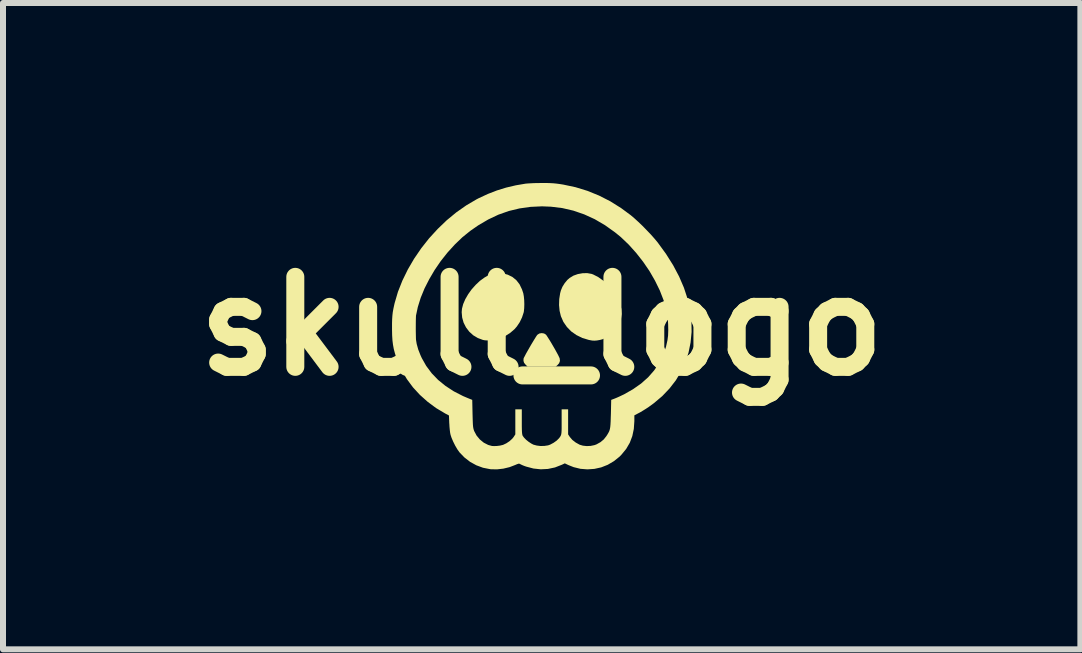
<source format=kicad_pcb>
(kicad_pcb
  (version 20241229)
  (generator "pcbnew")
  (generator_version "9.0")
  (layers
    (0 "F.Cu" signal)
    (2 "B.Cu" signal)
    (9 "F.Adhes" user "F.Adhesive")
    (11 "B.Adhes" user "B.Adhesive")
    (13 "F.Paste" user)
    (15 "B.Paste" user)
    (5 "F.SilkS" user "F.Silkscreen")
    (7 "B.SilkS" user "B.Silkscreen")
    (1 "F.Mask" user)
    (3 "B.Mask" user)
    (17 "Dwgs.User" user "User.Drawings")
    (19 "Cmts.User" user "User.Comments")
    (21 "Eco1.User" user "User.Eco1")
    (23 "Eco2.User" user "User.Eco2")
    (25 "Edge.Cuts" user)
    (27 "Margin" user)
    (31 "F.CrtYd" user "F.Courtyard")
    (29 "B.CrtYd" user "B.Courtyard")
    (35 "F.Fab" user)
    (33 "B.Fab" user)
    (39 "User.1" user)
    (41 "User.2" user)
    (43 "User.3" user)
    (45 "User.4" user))
  (footprint "skull_logo"
    (layer "F.Cu")
    (at 5.979 2.386)
    (property "Reference" "skull_logo" (at 0 0 0) (layer "F.SilkS") (effects (font (size 1.5 1.5) (thickness 0.3))))
    (attr board_only exclude_from_pos_files exclude_from_bom)
    (fp_poly (pts (xy 0.039 0.122) (xy 0.07 0.141) (xy 0.083 0.158) (xy 0.103 0.189) (xy 0.129 0.23) (xy 0.159 0.279) (xy 0.189 0.331) (xy 0.22 0.384) (xy 0.248 0.435) (xy 0.272 0.479) (xy 0.289 0.514) (xy 0.299 0.536) (xy 0.299 0.537) (xy 0.304 0.58) (xy 0.29 0.618) (xy 0.262 0.65) (xy 0.233 0.674) (xy -0.002 0.674) (xy -0.236 0.674) (xy -0.27 0.641) (xy -0.294 0.611) (xy -0.304 0.579) (xy -0.303 0.543) (xy -0.298 0.528) (xy -0.283 0.5) (xy -0.263 0.461) (xy -0.237 0.415) (xy -0.208 0.364) (xy -0.178 0.312) (xy -0.148 0.262) (xy -0.12 0.216) (xy -0.097 0.179) (xy -0.079 0.152) (xy -0.069 0.141) (xy -0.038 0.122) (xy 0.000242 0.116)) (stroke (width 0) (type solid)) (fill yes) (layer "F.SilkS"))
    (fp_poly (pts (xy -0.656 -0.881) (xy -0.567 -0.858) (xy -0.489 -0.82) (xy -0.424 -0.767) (xy -0.37 -0.698) (xy -0.329 -0.613) (xy -0.307 -0.547) (xy -0.298 -0.496) (xy -0.292 -0.433) (xy -0.29 -0.365) (xy -0.292 -0.299) (xy -0.298 -0.242) (xy -0.302 -0.225) (xy -0.328 -0.146) (xy -0.366 -0.067) (xy -0.414 0.005) (xy -0.454 0.051) (xy -0.525 0.112) (xy -0.605 0.163) (xy -0.691 0.202) (xy -0.779 0.228) (xy -0.865 0.24) (xy -0.946 0.236) (xy -0.979 0.23) (xy -1.065 0.198) (xy -1.142 0.152) (xy -1.208 0.092) (xy -1.262 0.021) (xy -1.302 -0.058) (xy -1.326 -0.143) (xy -1.334 -0.232) (xy -1.329 -0.291) (xy -1.309 -0.368) (xy -1.274 -0.449) (xy -1.226 -0.532) (xy -1.168 -0.613) (xy -1.101 -0.688) (xy -1.03 -0.755) (xy -0.956 -0.809) (xy -0.904 -0.839) (xy -0.835 -0.868) (xy -0.772 -0.883) (xy -0.708 -0.886)) (stroke (width 0) (type solid)) (fill yes) (layer "F.SilkS"))
    (fp_poly (pts (xy 0.831 -0.871) (xy 0.858 -0.861) (xy 0.942 -0.818) (xy 1.025 -0.759) (xy 1.105 -0.687) (xy 1.176 -0.606) (xy 1.237 -0.52) (xy 1.265 -0.47) (xy 1.305 -0.375) (xy 1.328 -0.286) (xy 1.333 -0.202) (xy 1.321 -0.119) (xy 1.291 -0.035) (xy 1.284 -0.021) (xy 1.234 0.06) (xy 1.171 0.127) (xy 1.098 0.18) (xy 1.015 0.218) (xy 0.97 0.23) (xy 0.92 0.239) (xy 0.879 0.242) (xy 0.84 0.24) (xy 0.792 0.231) (xy 0.786 0.23) (xy 0.677 0.197) (xy 0.579 0.149) (xy 0.492 0.088) (xy 0.42 0.014) (xy 0.361 -0.071) (xy 0.319 -0.167) (xy 0.319 -0.168) (xy 0.298 -0.255) (xy 0.289 -0.351) (xy 0.292 -0.451) (xy 0.307 -0.548) (xy 0.32 -0.596) (xy 0.345 -0.656) (xy 0.383 -0.717) (xy 0.428 -0.771) (xy 0.465 -0.803) (xy 0.529 -0.842) (xy 0.602 -0.868) (xy 0.681 -0.882) (xy 0.758 -0.884)) (stroke (width 0) (type solid)) (fill yes) (layer "F.SilkS"))
    (fp_poly (pts (xy 0.08 -2.386) (xy 0.142 -2.384) (xy 0.195 -2.381) (xy 0.245 -2.376) (xy 0.298 -2.369) (xy 0.356 -2.36) (xy 0.563 -2.316) (xy 0.762 -2.255) (xy 0.954 -2.177) (xy 1.141 -2.082) (xy 1.323 -1.968) (xy 1.484 -1.849) (xy 1.543 -1.799) (xy 1.61 -1.738) (xy 1.681 -1.67) (xy 1.752 -1.597) (xy 1.821 -1.525) (xy 1.881 -1.457) (xy 1.931 -1.397) (xy 1.932 -1.396) (xy 2.071 -1.205) (xy 2.19 -1.016) (xy 2.29 -0.827) (xy 2.37 -0.641) (xy 2.431 -0.455) (xy 2.473 -0.271) (xy 2.495 -0.088) (xy 2.498 0.093) (xy 2.498 0.098) (xy 2.481 0.273) (xy 2.447 0.441) (xy 2.394 0.603) (xy 2.323 0.756) (xy 2.236 0.902) (xy 2.131 1.038) (xy 2.01 1.165) (xy 1.872 1.282) (xy 1.783 1.347) (xy 1.736 1.378) (xy 1.686 1.409) (xy 1.641 1.436) (xy 1.614 1.45) (xy 1.544 1.487) (xy 1.544 1.583) (xy 1.535 1.713) (xy 1.51 1.832) (xy 1.468 1.943) (xy 1.408 2.046) (xy 1.331 2.14) (xy 1.296 2.176) (xy 1.202 2.251) (xy 1.1 2.311) (xy 0.991 2.354) (xy 0.878 2.379) (xy 0.762 2.387) (xy 0.646 2.378) (xy 0.532 2.35) (xy 0.444 2.315) (xy 0.385 2.287) (xy 0.336 2.31) (xy 0.221 2.355) (xy 0.103 2.38) (xy -0.017 2.386) (xy -0.138 2.373) (xy -0.259 2.341) (xy -0.293 2.329) (xy -0.327 2.315) (xy -0.354 2.302) (xy -0.368 2.294) (xy -0.384 2.292) (xy -0.412 2.301) (xy -0.442 2.314) (xy -0.536 2.35) (xy -0.64 2.375) (xy -0.746 2.387) (xy -0.848 2.385) (xy -0.863 2.383) (xy -0.979 2.36) (xy -1.09 2.319) (xy -1.195 2.261) (xy -1.289 2.188) (xy -1.369 2.105) (xy -1.405 2.055) (xy -1.442 1.992) (xy -1.476 1.924) (xy -1.504 1.858) (xy -1.519 1.812) (xy -1.526 1.78) (xy -1.532 1.733) (xy -1.537 1.68) (xy -1.54 1.625) (xy -1.541 1.621) (xy -1.546 1.489) (xy -1.61 1.455) (xy -1.761 1.365) (xy -1.901 1.261) (xy -2.03 1.146) (xy -2.146 1.02) (xy -2.246 0.885) (xy -2.331 0.743) (xy -2.399 0.594) (xy -2.422 0.532) (xy -2.447 0.452) (xy -2.466 0.38) (xy -2.479 0.309) (xy -2.488 0.236) (xy -2.493 0.154) (xy -2.495 0.059) (xy -2.495 0.048) (xy -2.109 0.048) (xy -2.108 0.088) (xy -2.1 0.198) (xy -2.084 0.296) (xy -2.058 0.39) (xy -2.02 0.486) (xy -1.999 0.532) (xy -1.925 0.663) (xy -1.834 0.785) (xy -1.727 0.896) (xy -1.604 0.996) (xy -1.466 1.086) (xy -1.312 1.165) (xy -1.237 1.197) (xy -1.158 1.229) (xy -1.153 1.462) (xy -1.151 1.537) (xy -1.149 1.596) (xy -1.147 1.641) (xy -1.144 1.675) (xy -1.14 1.7) (xy -1.135 1.721) (xy -1.129 1.739) (xy -1.127 1.746) (xy -1.086 1.823) (xy -1.031 1.889) (xy -0.966 1.942) (xy -0.892 1.98) (xy -0.83 1.997) (xy -0.793 1.999) (xy -0.746 1.997) (xy -0.696 1.991) (xy -0.654 1.981) (xy -0.645 1.979) (xy -0.59 1.953) (xy -0.536 1.917) (xy -0.491 1.876) (xy -0.469 1.849) (xy -0.44 1.804) (xy -0.44 1.596) (xy -0.44 1.387) (xy -0.386 1.387) (xy -0.332 1.387) (xy -0.332 1.593) (xy -0.332 1.667) (xy -0.331 1.723) (xy -0.329 1.765) (xy -0.326 1.795) (xy -0.322 1.815) (xy -0.318 1.826) (xy -0.296 1.857) (xy -0.261 1.893) (xy -0.219 1.927) (xy -0.175 1.956) (xy -0.139 1.975) (xy -0.083 1.99) (xy -0.019 1.998) (xy 0.047 1.996) (xy 0.106 1.987) (xy 0.14 1.975) (xy 0.198 1.944) (xy 0.25 1.907) (xy 0.29 1.867) (xy 0.308 1.842) (xy 0.316 1.828) (xy 0.322 1.814) (xy 0.326 1.798) (xy 0.329 1.776) (xy 0.331 1.746) (xy 0.332 1.705) (xy 0.332 1.65) (xy 0.332 1.594) (xy 0.332 1.387) (xy 0.386 1.387) (xy 0.44 1.387) (xy 0.44 1.596) (xy 0.44 1.804) (xy 0.469 1.848) (xy 0.51 1.896) (xy 0.567 1.94) (xy 0.632 1.976) (xy 0.686 1.992) (xy 0.75 1.999) (xy 0.816 1.996) (xy 0.879 1.983) (xy 0.912 1.971) (xy 0.98 1.933) (xy 1.034 1.888) (xy 1.077 1.834) (xy 1.098 1.801) (xy 1.114 1.773) (xy 1.127 1.746) (xy 1.136 1.716) (xy 1.142 1.682) (xy 1.146 1.639) (xy 1.149 1.585) (xy 1.151 1.516) (xy 1.153 1.462) (xy 1.158 1.229) (xy 1.216 1.207) (xy 1.25 1.193) (xy 1.295 1.173) (xy 1.343 1.15) (xy 1.373 1.136) (xy 1.522 1.051) (xy 1.656 0.957) (xy 1.773 0.853) (xy 1.873 0.739) (xy 1.956 0.617) (xy 2.022 0.486) (xy 2.071 0.346) (xy 2.096 0.233) (xy 2.106 0.156) (xy 2.109 0.067) (xy 2.107 -0.029) (xy 2.101 -0.125) (xy 2.089 -0.215) (xy 2.077 -0.274) (xy 2.031 -0.433) (xy 1.968 -0.595) (xy 1.888 -0.758) (xy 1.796 -0.918) (xy 1.69 -1.073) (xy 1.574 -1.221) (xy 1.45 -1.359) (xy 1.318 -1.485) (xy 1.221 -1.564) (xy 1.054 -1.683) (xy 0.883 -1.783) (xy 0.708 -1.863) (xy 0.528 -1.925) (xy 0.343 -1.968) (xy 0.154 -1.991) (xy 0.005 -1.997) (xy -0.187 -1.988) (xy -0.371 -1.962) (xy -0.549 -1.919) (xy -0.722 -1.858) (xy -0.891 -1.778) (xy -1.058 -1.68) (xy -1.188 -1.59) (xy -1.322 -1.482) (xy -1.449 -1.36) (xy -1.57 -1.227) (xy -1.682 -1.086) (xy -1.784 -0.937) (xy -1.874 -0.784) (xy -1.953 -0.629) (xy -2.017 -0.473) (xy -2.065 -0.319) (xy -2.097 -0.169) (xy -2.101 -0.14) (xy -2.106 -0.088) (xy -2.108 -0.023) (xy -2.109 0.048) (xy -2.495 0.048) (xy -2.495 0.039) (xy -2.495 -0.045) (xy -2.493 -0.115) (xy -2.489 -0.175) (xy -2.483 -0.23) (xy -2.473 -0.286) (xy -2.46 -0.347) (xy -2.451 -0.386) (xy -2.396 -0.573) (xy -2.322 -0.76) (xy -2.232 -0.944) (xy -2.127 -1.124) (xy -2.008 -1.298) (xy -1.877 -1.464) (xy -1.734 -1.62) (xy -1.583 -1.765) (xy -1.423 -1.897) (xy -1.256 -2.014) (xy -1.084 -2.115) (xy -1.049 -2.133) (xy -0.896 -2.204) (xy -0.746 -2.262) (xy -0.594 -2.309) (xy -0.433 -2.347) (xy -0.269 -2.375) (xy -0.234 -2.378) (xy -0.184 -2.381) (xy -0.124 -2.384) (xy -0.059 -2.385) (xy 0.005 -2.386)) (stroke (width 0) (type solid)) (fill yes) (layer "F.SilkS")))
  (gr_rect
    (start -3 -3)
    (end 14.957 7.773)
    (stroke (width 0.1) (type default))
    (fill no)
    (layer "Edge.Cuts")))
</source>
